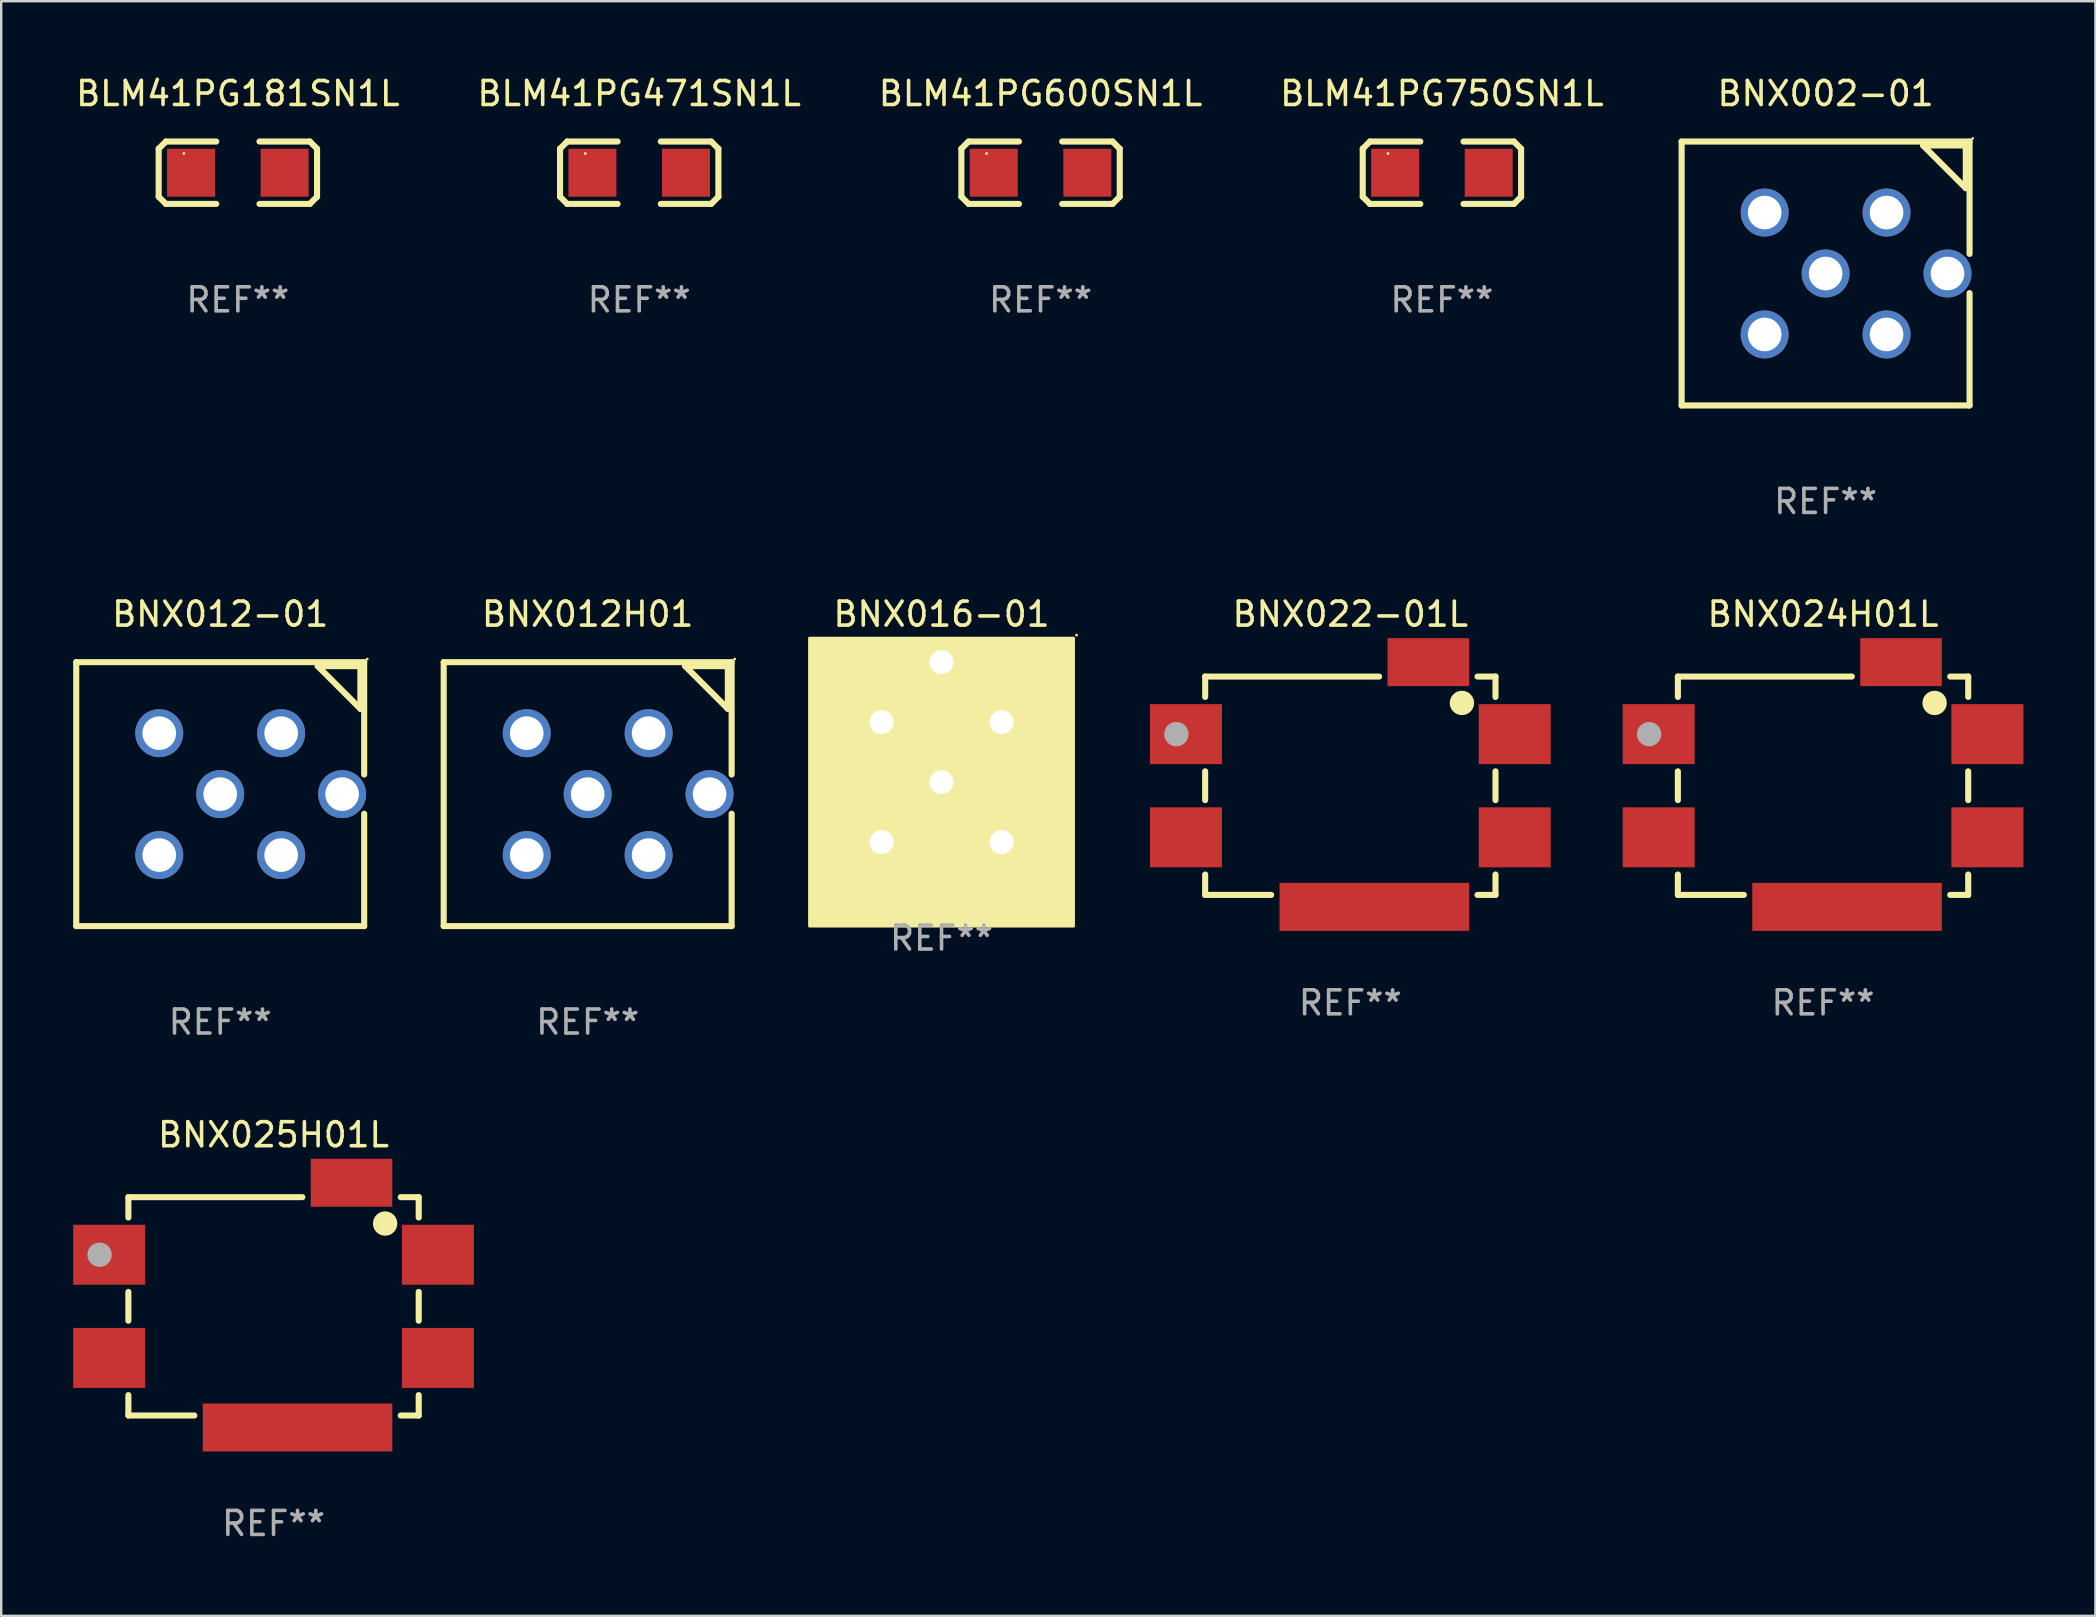
<source format=kicad_pcb>
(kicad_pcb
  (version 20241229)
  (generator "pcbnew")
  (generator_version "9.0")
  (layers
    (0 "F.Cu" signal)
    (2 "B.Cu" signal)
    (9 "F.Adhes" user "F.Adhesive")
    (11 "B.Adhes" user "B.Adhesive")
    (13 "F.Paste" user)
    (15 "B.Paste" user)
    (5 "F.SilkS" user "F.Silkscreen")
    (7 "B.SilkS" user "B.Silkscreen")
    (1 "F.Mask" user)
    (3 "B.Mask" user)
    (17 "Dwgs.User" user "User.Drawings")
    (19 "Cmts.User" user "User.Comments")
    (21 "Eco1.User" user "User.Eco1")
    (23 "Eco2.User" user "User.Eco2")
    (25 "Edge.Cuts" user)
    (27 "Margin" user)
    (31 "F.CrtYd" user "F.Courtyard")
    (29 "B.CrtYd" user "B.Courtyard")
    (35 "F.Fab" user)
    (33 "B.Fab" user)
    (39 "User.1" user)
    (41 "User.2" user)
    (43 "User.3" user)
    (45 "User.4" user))
  (footprint "BNX024H01L"
    (layer "F.Cu")
    (at 72.925 29.645)
    (property "Reference" "BNX024H01L" (at 0 -7.1 0) (layer "F.SilkS") (effects (font (size 1 1) (thickness 0.15))))
    (attr through_hole)
    (fp_line (start -6.05 0.65) (end -6.05 -0.55) (stroke (width 0.254) (type solid)) (layer "F.SilkS"))
    (fp_line (start -6.05 4.6) (end -3.3 4.6) (stroke (width 0.254) (type solid)) (layer "F.SilkS"))
    (fp_line (start -6.05 4.6) (end -6.05 3.75) (stroke (width 0.254) (type solid)) (layer "F.SilkS"))
    (fp_line (start -6.049 -4.5) (end 1.2 -4.5) (stroke (width 0.254) (type solid)) (layer "F.SilkS"))
    (fp_line (start -6.049 -3.65) (end -6.049 -4.5) (stroke (width 0.254) (type solid)) (layer "F.SilkS"))
    (fp_line (start 6.05 4.6) (end 5.3 4.6) (stroke (width 0.254) (type solid)) (layer "F.SilkS"))
    (fp_line (start 6.05 4.6) (end 6.05 3.75) (stroke (width 0.254) (type solid)) (layer "F.SilkS"))
    (fp_line (start 6.05 -3.65) (end 6.05 -4.5) (stroke (width 0.254) (type solid)) (layer "F.SilkS"))
    (fp_line (start 6.05 0.65) (end 6.05 -0.55) (stroke (width 0.254) (type solid)) (layer "F.SilkS"))
    (fp_line (start 6.05 -4.5) (end 5.3 -4.5) (stroke (width 0.254) (type solid)) (layer "F.SilkS"))
    (fp_circle (center -6.05 -4.55) (end -6.02 -4.55) (stroke (width 0.06) (type solid)) (fill no) (layer "F.SilkS"))
    (fp_circle (center 4.65 -3.4) (end 4.904 -3.4) (stroke (width 0.508) (type solid)) (fill no) (layer "F.SilkS"))
    (fp_circle (center -7.25 -2.1) (end -6.996 -2.1) (stroke (width 0.508) (type solid)) (fill no) (layer "F.Fab"))
    (fp_text user "REF**" (at 0 9.1 0) (layer "F.Fab") (effects (font (size 1 1) (thickness 0.15))))
    (pad "1" smd rect (at -6.85 -2.1) (size 3 2.5) (layers "F.Cu" "F.Mask" "F.Paste"))
    (pad "2" smd rect (at 6.85 -2.1) (size 3 2.5) (layers "F.Cu" "F.Mask" "F.Paste"))
    (pad "3" smd rect (at -6.85 2.2 180) (size 3 2.5) (layers "F.Cu" "F.Mask" "F.Paste"))
    (pad "4" smd rect (at 6.85 2.2) (size 3 2.5) (layers "F.Cu" "F.Mask" "F.Paste"))
    (pad "5" smd rect (at 3.25 -5.1) (size 3.4 2) (layers "F.Cu" "F.Mask" "F.Paste"))
    (pad "6" smd rect (at 1 5.1) (size 7.9 2) (layers "F.Cu" "F.Mask" "F.Paste")))
  (footprint "BLM41PG750SN1L"
    (layer "F.Cu")
    (at 57.042 4.148)
    (property "Reference" "BLM41PG750SN1L" (at 0 -3.3 0) (layer "F.SilkS") (effects (font (size 1 1) (thickness 0.15))))
    (attr through_hole)
    (fp_line (start -3.3 -1) (end -3.3 1) (stroke (width 0.254) (type solid)) (layer "F.SilkS"))
    (fp_line (start -3.3 -1) (end -3 -1.3) (stroke (width 0.254) (type solid)) (layer "F.SilkS"))
    (fp_line (start -3 -1.3) (end -0.9 -1.3) (stroke (width 0.254) (type solid)) (layer "F.SilkS"))
    (fp_line (start -3 1.3) (end -3.3 1) (stroke (width 0.254) (type solid)) (layer "F.SilkS"))
    (fp_line (start -3 1.3) (end -0.9 1.3) (stroke (width 0.254) (type solid)) (layer "F.SilkS"))
    (fp_line (start 0.9 -1.3) (end 3 -1.3) (stroke (width 0.254) (type solid)) (layer "F.SilkS"))
    (fp_line (start 0.9 1.3) (end 3 1.3) (stroke (width 0.254) (type solid)) (layer "F.SilkS"))
    (fp_line (start 3 -1.3) (end 3.3 -1) (stroke (width 0.254) (type solid)) (layer "F.SilkS"))
    (fp_line (start 3 1.3) (end 3.3 1) (stroke (width 0.254) (type solid)) (layer "F.SilkS"))
    (fp_line (start 3.3 -1) (end 3.3 1) (stroke (width 0.254) (type solid)) (layer "F.SilkS"))
    (fp_circle (center -2.25 -0.8) (end -2.22 -0.8) (stroke (width 0.06) (type solid)) (fill no) (layer "F.SilkS"))
    (fp_text user "REF**" (at 0 5.3 0) (layer "F.Fab") (effects (font (size 1 1) (thickness 0.15))))
    (pad "1" smd rect (at -1.95 0) (size 2 2) (layers "F.Cu" "F.Mask" "F.Paste"))
    (pad "2" smd rect (at 1.95 0) (size 2 2) (layers "F.Cu" "F.Mask" "F.Paste")))
  (footprint "BLM41PG600SN1L"
    (layer "F.Cu")
    (at 40.315 4.148)
    (property "Reference" "BLM41PG600SN1L" (at 0 -3.3 0) (layer "F.SilkS") (effects (font (size 1 1) (thickness 0.15))))
    (attr through_hole)
    (fp_line (start -3.3 -1) (end -3.3 1) (stroke (width 0.254) (type solid)) (layer "F.SilkS"))
    (fp_line (start -3.3 -1) (end -3 -1.3) (stroke (width 0.254) (type solid)) (layer "F.SilkS"))
    (fp_line (start -3 -1.3) (end -0.9 -1.3) (stroke (width 0.254) (type solid)) (layer "F.SilkS"))
    (fp_line (start -3 1.3) (end -3.3 1) (stroke (width 0.254) (type solid)) (layer "F.SilkS"))
    (fp_line (start -3 1.3) (end -0.9 1.3) (stroke (width 0.254) (type solid)) (layer "F.SilkS"))
    (fp_line (start 0.9 -1.3) (end 3 -1.3) (stroke (width 0.254) (type solid)) (layer "F.SilkS"))
    (fp_line (start 0.9 1.3) (end 3 1.3) (stroke (width 0.254) (type solid)) (layer "F.SilkS"))
    (fp_line (start 3 -1.3) (end 3.3 -1) (stroke (width 0.254) (type solid)) (layer "F.SilkS"))
    (fp_line (start 3 1.3) (end 3.3 1) (stroke (width 0.254) (type solid)) (layer "F.SilkS"))
    (fp_line (start 3.3 -1) (end 3.3 1) (stroke (width 0.254) (type solid)) (layer "F.SilkS"))
    (fp_circle (center -2.25 -0.8) (end -2.22 -0.8) (stroke (width 0.06) (type solid)) (fill no) (layer "F.SilkS"))
    (fp_text user "REF**" (at 0 5.3 0) (layer "F.Fab") (effects (font (size 1 1) (thickness 0.15))))
    (pad "1" smd rect (at -1.95 0) (size 2 2) (layers "F.Cu" "F.Mask" "F.Paste"))
    (pad "2" smd rect (at 1.95 0) (size 2 2) (layers "F.Cu" "F.Mask" "F.Paste")))
  (footprint "BNX016-01"
    (layer "F.Cu")
    (at 36.188 28.295)
    (property "Reference" "BNX016-01" (at 0 -5.75 0) (layer "F.SilkS") (effects (font (size 1 1) (thickness 0.15))))
    (attr through_hole)
    (fp_circle (center 5.627 -4.877) (end 5.657 -4.877) (stroke (width 0.06) (type solid)) (fill no) (layer "F.SilkS"))
    (fp_poly (pts (xy -5.5 -4.75) (xy 5.5 -4.75) (xy 5.5 7.25) (xy -5.5 7.25)) (stroke (width 0.12) (type solid)) (fill yes) (layer "F.SilkS"))
    (fp_text user "REF**" (at 0 7.75 0) (layer "F.Fab") (effects (font (size 1 1) (thickness 0.15))))
    (pad "1" thru_hole circle (at 2.5 -1.25) (size 1.7 1.7) (drill 1) (layers "*.Cu" "*.Mask"))
    (pad "2" thru_hole circle (at -2.5 -1.25) (size 1.7 1.7) (drill 1) (layers "*.Cu" "*.Mask"))
    (pad "3" thru_hole circle (at -2.5 3.75) (size 1.7 1.7) (drill 1) (layers "*.Cu" "*.Mask"))
    (pad "4" thru_hole circle (at -0.000127 -3.75) (size 1.7 1.7) (drill 1) (layers "*.Cu" "*.Mask"))
    (pad "4" thru_hole circle (at -0.000127 1.25) (size 1.7 1.7) (drill 1) (layers "*.Cu" "*.Mask"))
    (pad "4" thru_hole circle (at 2.5 3.75) (size 1.7 1.7) (drill 1) (layers "*.Cu" "*.Mask")))
  (footprint "BNX002-01"
    (layer "F.Cu")
    (at 73.032 8.348)
    (property "Reference" "BNX002-01" (at 0 -7.5 0) (layer "F.SilkS") (effects (font (size 1 1) (thickness 0.15))))
    (attr through_hole)
    (fp_line (start -6 -5.5) (end 6 -5.5) (stroke (width 0.254) (type solid)) (layer "F.SilkS"))
    (fp_line (start -6 5.5) (end -6 -5.5) (stroke (width 0.254) (type solid)) (layer "F.SilkS"))
    (fp_line (start 4.064 -5.334) (end 5.842 -3.556) (stroke (width 0.254) (type solid)) (layer "F.SilkS"))
    (fp_line (start 5.842 -5.334) (end 4.064 -5.334) (stroke (width 0.254) (type solid)) (layer "F.SilkS"))
    (fp_line (start 5.842 -3.556) (end 5.842 -5.334) (stroke (width 0.254) (type solid)) (layer "F.SilkS"))
    (fp_line (start 6 -5.5) (end 6 -0.817) (stroke (width 0.254) (type solid)) (layer "F.SilkS"))
    (fp_line (start 6 0.817) (end 6 5.5) (stroke (width 0.254) (type solid)) (layer "F.SilkS"))
    (fp_line (start 6 5.5) (end -6 5.5) (stroke (width 0.254) (type solid)) (layer "F.SilkS"))
    (fp_circle (center 6.127 -5.627) (end 6.157 -5.627) (stroke (width 0.06) (type solid)) (fill no) (layer "F.SilkS"))
    (fp_text user "REF**" (at 0 9.5 0) (layer "F.Fab") (effects (font (size 1 1) (thickness 0.15))))
    (pad "1" thru_hole circle (at 2.54 -2.54) (size 2 2) (drill 1.4) (layers "*.Cu" "*.Mask"))
    (pad "2" thru_hole circle (at 2.54 2.54) (size 2 2) (drill 1.4) (layers "*.Cu" "*.Mask"))
    (pad "3" thru_hole circle (at -2.54 -2.54) (size 2 2) (drill 1.4) (layers "*.Cu" "*.Mask"))
    (pad "4" thru_hole circle (at -2.54 2.54) (size 2 2) (drill 1.4) (layers "*.Cu" "*.Mask"))
    (pad "4" thru_hole circle (at 0 0) (size 2 2) (drill 1.4) (layers "*.Cu" "*.Mask"))
    (pad "4" thru_hole circle (at 5.08 0) (size 2 2) (drill 1.4) (layers "*.Cu" "*.Mask")))
  (footprint "BLM41PG471SN1L"
    (layer "F.Cu")
    (at 23.589 4.148)
    (property "Reference" "BLM41PG471SN1L" (at 0 -3.3 0) (layer "F.SilkS") (effects (font (size 1 1) (thickness 0.15))))
    (attr through_hole)
    (fp_line (start -3.3 -1) (end -3.3 1) (stroke (width 0.254) (type solid)) (layer "F.SilkS"))
    (fp_line (start -3.3 -1) (end -3 -1.3) (stroke (width 0.254) (type solid)) (layer "F.SilkS"))
    (fp_line (start -3 -1.3) (end -0.9 -1.3) (stroke (width 0.254) (type solid)) (layer "F.SilkS"))
    (fp_line (start -3 1.3) (end -3.3 1) (stroke (width 0.254) (type solid)) (layer "F.SilkS"))
    (fp_line (start -3 1.3) (end -0.9 1.3) (stroke (width 0.254) (type solid)) (layer "F.SilkS"))
    (fp_line (start 0.9 -1.3) (end 3 -1.3) (stroke (width 0.254) (type solid)) (layer "F.SilkS"))
    (fp_line (start 0.9 1.3) (end 3 1.3) (stroke (width 0.254) (type solid)) (layer "F.SilkS"))
    (fp_line (start 3 -1.3) (end 3.3 -1) (stroke (width 0.254) (type solid)) (layer "F.SilkS"))
    (fp_line (start 3 1.3) (end 3.3 1) (stroke (width 0.254) (type solid)) (layer "F.SilkS"))
    (fp_line (start 3.3 -1) (end 3.3 1) (stroke (width 0.254) (type solid)) (layer "F.SilkS"))
    (fp_circle (center -2.25 -0.8) (end -2.22 -0.8) (stroke (width 0.06) (type solid)) (fill no) (layer "F.SilkS"))
    (fp_text user "REF**" (at 0 5.3 0) (layer "F.Fab") (effects (font (size 1 1) (thickness 0.15))))
    (pad "1" smd rect (at -1.95 0) (size 2 2) (layers "F.Cu" "F.Mask" "F.Paste"))
    (pad "2" smd rect (at 1.95 0) (size 2 2) (layers "F.Cu" "F.Mask" "F.Paste")))
  (footprint "BNX022-01L"
    (layer "F.Cu")
    (at 53.225 29.645)
    (property "Reference" "BNX022-01L" (at 0 -7.1 0) (layer "F.SilkS") (effects (font (size 1 1) (thickness 0.15))))
    (attr through_hole)
    (fp_line (start -6.05 0.65) (end -6.05 -0.55) (stroke (width 0.254) (type solid)) (layer "F.SilkS"))
    (fp_line (start -6.05 4.6) (end -3.3 4.6) (stroke (width 0.254) (type solid)) (layer "F.SilkS"))
    (fp_line (start -6.05 4.6) (end -6.05 3.75) (stroke (width 0.254) (type solid)) (layer "F.SilkS"))
    (fp_line (start -6.049 -4.5) (end 1.2 -4.5) (stroke (width 0.254) (type solid)) (layer "F.SilkS"))
    (fp_line (start -6.049 -3.65) (end -6.049 -4.5) (stroke (width 0.254) (type solid)) (layer "F.SilkS"))
    (fp_line (start 6.05 4.6) (end 5.3 4.6) (stroke (width 0.254) (type solid)) (layer "F.SilkS"))
    (fp_line (start 6.05 4.6) (end 6.05 3.75) (stroke (width 0.254) (type solid)) (layer "F.SilkS"))
    (fp_line (start 6.05 -3.65) (end 6.05 -4.5) (stroke (width 0.254) (type solid)) (layer "F.SilkS"))
    (fp_line (start 6.05 0.65) (end 6.05 -0.55) (stroke (width 0.254) (type solid)) (layer "F.SilkS"))
    (fp_line (start 6.05 -4.5) (end 5.3 -4.5) (stroke (width 0.254) (type solid)) (layer "F.SilkS"))
    (fp_circle (center -6.05 -4.55) (end -6.02 -4.55) (stroke (width 0.06) (type solid)) (fill no) (layer "F.SilkS"))
    (fp_circle (center 4.65 -3.4) (end 4.904 -3.4) (stroke (width 0.508) (type solid)) (fill no) (layer "F.SilkS"))
    (fp_circle (center -7.25 -2.1) (end -6.996 -2.1) (stroke (width 0.508) (type solid)) (fill no) (layer "F.Fab"))
    (fp_text user "REF**" (at 0 9.1 0) (layer "F.Fab") (effects (font (size 1 1) (thickness 0.15))))
    (pad "1" smd rect (at -6.85 -2.1) (size 3 2.5) (layers "F.Cu" "F.Mask" "F.Paste"))
    (pad "2" smd rect (at 6.85 -2.1) (size 3 2.5) (layers "F.Cu" "F.Mask" "F.Paste"))
    (pad "3" smd rect (at -6.85 2.2 180) (size 3 2.5) (layers "F.Cu" "F.Mask" "F.Paste"))
    (pad "4" smd rect (at 6.85 2.2) (size 3 2.5) (layers "F.Cu" "F.Mask" "F.Paste"))
    (pad "5" smd rect (at 3.25 -5.1) (size 3.4 2) (layers "F.Cu" "F.Mask" "F.Paste"))
    (pad "6" smd rect (at 1 5.1) (size 7.9 2) (layers "F.Cu" "F.Mask" "F.Paste")))
  (footprint "BNX012-01"
    (layer "F.Cu")
    (at 6.127 30.045)
    (property "Reference" "BNX012-01" (at 0 -7.5 0) (layer "F.SilkS") (effects (font (size 1 1) (thickness 0.15))))
    (attr through_hole)
    (fp_line (start -6 -5.5) (end 6 -5.5) (stroke (width 0.254) (type solid)) (layer "F.SilkS"))
    (fp_line (start -6 5.5) (end -6 -5.5) (stroke (width 0.254) (type solid)) (layer "F.SilkS"))
    (fp_line (start 4.064 -5.334) (end 5.842 -3.556) (stroke (width 0.254) (type solid)) (layer "F.SilkS"))
    (fp_line (start 5.842 -5.334) (end 4.064 -5.334) (stroke (width 0.254) (type solid)) (layer "F.SilkS"))
    (fp_line (start 5.842 -3.556) (end 5.842 -5.334) (stroke (width 0.254) (type solid)) (layer "F.SilkS"))
    (fp_line (start 6 -5.5) (end 6 -0.817) (stroke (width 0.254) (type solid)) (layer "F.SilkS"))
    (fp_line (start 6 0.817) (end 6 5.5) (stroke (width 0.254) (type solid)) (layer "F.SilkS"))
    (fp_line (start 6 5.5) (end -6 5.5) (stroke (width 0.254) (type solid)) (layer "F.SilkS"))
    (fp_circle (center 6.127 -5.627) (end 6.157 -5.627) (stroke (width 0.06) (type solid)) (fill no) (layer "F.SilkS"))
    (fp_text user "REF**" (at 0 9.5 0) (layer "F.Fab") (effects (font (size 1 1) (thickness 0.15))))
    (pad "1" thru_hole circle (at 2.54 -2.54) (size 2 2) (drill 1.4) (layers "*.Cu" "*.Mask"))
    (pad "2" thru_hole circle (at 2.54 2.54) (size 2 2) (drill 1.4) (layers "*.Cu" "*.Mask"))
    (pad "3" thru_hole circle (at -2.54 -2.54) (size 2 2) (drill 1.4) (layers "*.Cu" "*.Mask"))
    (pad "4" thru_hole circle (at -2.54 2.54) (size 2 2) (drill 1.4) (layers "*.Cu" "*.Mask"))
    (pad "4" thru_hole circle (at 0 0) (size 2 2) (drill 1.4) (layers "*.Cu" "*.Mask"))
    (pad "4" thru_hole circle (at 5.08 0) (size 2 2) (drill 1.4) (layers "*.Cu" "*.Mask")))
  (footprint "BLM41PG181SN1L"
    (layer "F.Cu")
    (at 6.863 4.148)
    (property "Reference" "BLM41PG181SN1L" (at 0 -3.3 0) (layer "F.SilkS") (effects (font (size 1 1) (thickness 0.15))))
    (attr through_hole)
    (fp_line (start -3.3 -1) (end -3.3 1) (stroke (width 0.254) (type solid)) (layer "F.SilkS"))
    (fp_line (start -3.3 -1) (end -3 -1.3) (stroke (width 0.254) (type solid)) (layer "F.SilkS"))
    (fp_line (start -3 -1.3) (end -0.9 -1.3) (stroke (width 0.254) (type solid)) (layer "F.SilkS"))
    (fp_line (start -3 1.3) (end -3.3 1) (stroke (width 0.254) (type solid)) (layer "F.SilkS"))
    (fp_line (start -3 1.3) (end -0.9 1.3) (stroke (width 0.254) (type solid)) (layer "F.SilkS"))
    (fp_line (start 0.9 -1.3) (end 3 -1.3) (stroke (width 0.254) (type solid)) (layer "F.SilkS"))
    (fp_line (start 0.9 1.3) (end 3 1.3) (stroke (width 0.254) (type solid)) (layer "F.SilkS"))
    (fp_line (start 3 -1.3) (end 3.3 -1) (stroke (width 0.254) (type solid)) (layer "F.SilkS"))
    (fp_line (start 3 1.3) (end 3.3 1) (stroke (width 0.254) (type solid)) (layer "F.SilkS"))
    (fp_line (start 3.3 -1) (end 3.3 1) (stroke (width 0.254) (type solid)) (layer "F.SilkS"))
    (fp_circle (center -2.25 -0.8) (end -2.22 -0.8) (stroke (width 0.06) (type solid)) (fill no) (layer "F.SilkS"))
    (fp_text user "REF**" (at 0 5.3 0) (layer "F.Fab") (effects (font (size 1 1) (thickness 0.15))))
    (pad "1" smd rect (at -1.95 0) (size 2 2) (layers "F.Cu" "F.Mask" "F.Paste"))
    (pad "2" smd rect (at 1.95 0) (size 2 2) (layers "F.Cu" "F.Mask" "F.Paste")))
  (footprint "BNX025H01L"
    (layer "F.Cu")
    (at 8.35 51.341)
    (property "Reference" "BNX025H01L" (at 0 -7.1 0) (layer "F.SilkS") (effects (font (size 1 1) (thickness 0.15))))
    (attr through_hole)
    (fp_line (start -6.05 0.65) (end -6.05 -0.55) (stroke (width 0.254) (type solid)) (layer "F.SilkS"))
    (fp_line (start -6.05 4.6) (end -3.3 4.6) (stroke (width 0.254) (type solid)) (layer "F.SilkS"))
    (fp_line (start -6.05 4.6) (end -6.05 3.75) (stroke (width 0.254) (type solid)) (layer "F.SilkS"))
    (fp_line (start -6.049 -4.5) (end 1.2 -4.5) (stroke (width 0.254) (type solid)) (layer "F.SilkS"))
    (fp_line (start -6.049 -3.65) (end -6.049 -4.5) (stroke (width 0.254) (type solid)) (layer "F.SilkS"))
    (fp_line (start 6.05 4.6) (end 5.3 4.6) (stroke (width 0.254) (type solid)) (layer "F.SilkS"))
    (fp_line (start 6.05 4.6) (end 6.05 3.75) (stroke (width 0.254) (type solid)) (layer "F.SilkS"))
    (fp_line (start 6.05 -3.65) (end 6.05 -4.5) (stroke (width 0.254) (type solid)) (layer "F.SilkS"))
    (fp_line (start 6.05 0.65) (end 6.05 -0.55) (stroke (width 0.254) (type solid)) (layer "F.SilkS"))
    (fp_line (start 6.05 -4.5) (end 5.3 -4.5) (stroke (width 0.254) (type solid)) (layer "F.SilkS"))
    (fp_circle (center -6.05 -4.55) (end -6.02 -4.55) (stroke (width 0.06) (type solid)) (fill no) (layer "F.SilkS"))
    (fp_circle (center 4.65 -3.4) (end 4.904 -3.4) (stroke (width 0.508) (type solid)) (fill no) (layer "F.SilkS"))
    (fp_circle (center -7.25 -2.1) (end -6.996 -2.1) (stroke (width 0.508) (type solid)) (fill no) (layer "F.Fab"))
    (fp_text user "REF**" (at 0 9.1 0) (layer "F.Fab") (effects (font (size 1 1) (thickness 0.15))))
    (pad "1" smd rect (at -6.85 -2.1) (size 3 2.5) (layers "F.Cu" "F.Mask" "F.Paste"))
    (pad "2" smd rect (at 6.85 -2.1) (size 3 2.5) (layers "F.Cu" "F.Mask" "F.Paste"))
    (pad "3" smd rect (at -6.85 2.2 180) (size 3 2.5) (layers "F.Cu" "F.Mask" "F.Paste"))
    (pad "4" smd rect (at 6.85 2.2) (size 3 2.5) (layers "F.Cu" "F.Mask" "F.Paste"))
    (pad "5" smd rect (at 3.25 -5.1) (size 3.4 2) (layers "F.Cu" "F.Mask" "F.Paste"))
    (pad "6" smd rect (at 1 5.1) (size 7.9 2) (layers "F.Cu" "F.Mask" "F.Paste")))
  (footprint "BNX012H01"
    (layer "F.Cu")
    (at 21.441 30.045)
    (property "Reference" "BNX012H01" (at 0 -7.5 0) (layer "F.SilkS") (effects (font (size 1 1) (thickness 0.15))))
    (attr through_hole)
    (fp_line (start -6 -5.5) (end 6 -5.5) (stroke (width 0.254) (type solid)) (layer "F.SilkS"))
    (fp_line (start -6 5.5) (end -6 -5.5) (stroke (width 0.254) (type solid)) (layer "F.SilkS"))
    (fp_line (start 4.064 -5.334) (end 5.842 -3.556) (stroke (width 0.254) (type solid)) (layer "F.SilkS"))
    (fp_line (start 5.842 -5.334) (end 4.064 -5.334) (stroke (width 0.254) (type solid)) (layer "F.SilkS"))
    (fp_line (start 5.842 -3.556) (end 5.842 -5.334) (stroke (width 0.254) (type solid)) (layer "F.SilkS"))
    (fp_line (start 6 -5.5) (end 6 -0.817) (stroke (width 0.254) (type solid)) (layer "F.SilkS"))
    (fp_line (start 6 0.817) (end 6 5.5) (stroke (width 0.254) (type solid)) (layer "F.SilkS"))
    (fp_line (start 6 5.5) (end -6 5.5) (stroke (width 0.254) (type solid)) (layer "F.SilkS"))
    (fp_circle (center 6.127 -5.627) (end 6.157 -5.627) (stroke (width 0.06) (type solid)) (fill no) (layer "F.SilkS"))
    (fp_text user "REF**" (at 0 9.5 0) (layer "F.Fab") (effects (font (size 1 1) (thickness 0.15))))
    (pad "1" thru_hole circle (at 2.54 -2.54) (size 2 2) (drill 1.4) (layers "*.Cu" "*.Mask"))
    (pad "2" thru_hole circle (at 2.54 2.54) (size 2 2) (drill 1.4) (layers "*.Cu" "*.Mask"))
    (pad "3" thru_hole circle (at -2.54 -2.54) (size 2 2) (drill 1.4) (layers "*.Cu" "*.Mask"))
    (pad "4" thru_hole circle (at -2.54 2.54) (size 2 2) (drill 1.4) (layers "*.Cu" "*.Mask"))
    (pad "4" thru_hole circle (at 0 0) (size 2 2) (drill 1.4) (layers "*.Cu" "*.Mask"))
    (pad "4" thru_hole circle (at 5.08 0) (size 2 2) (drill 1.4) (layers "*.Cu" "*.Mask")))
  (gr_rect
    (start -3 -3)
    (end 84.275 64.29)
    (stroke (width 0.1) (type default))
    (fill no)
    (layer "Edge.Cuts")))
</source>
